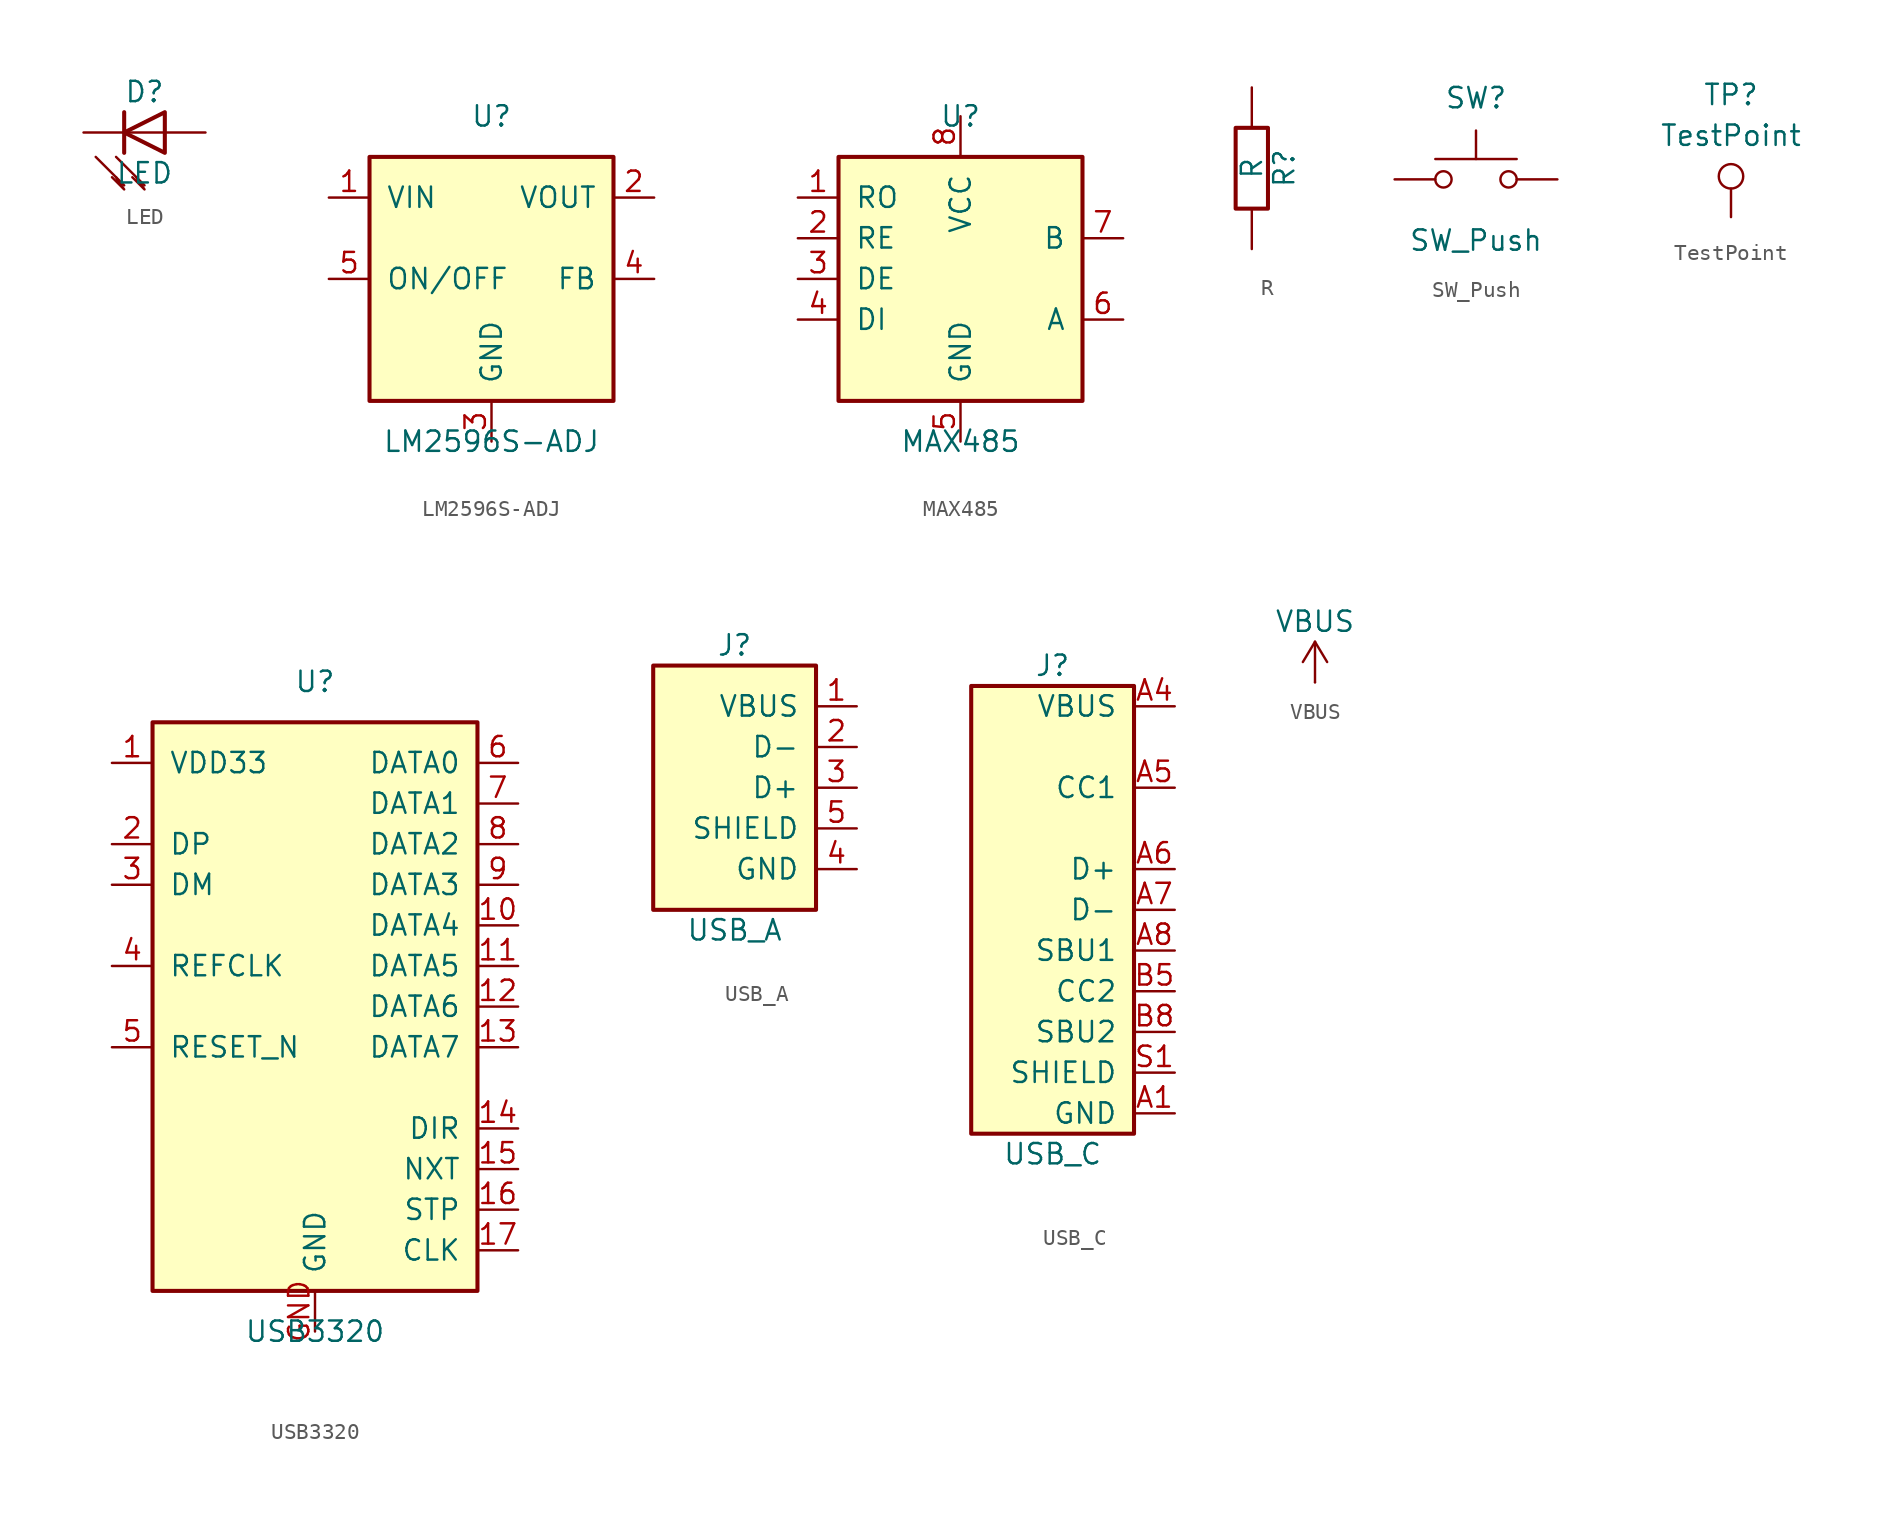
<source format=kicad_sym>
(kicad_symbol_lib
  (version 20231120)
  (generator "kicad_symbol_editor")
  (generator_version "8.0")
  (symbol "LED"
    (pin_numbers hide)
    (pin_names
      (offset 1.016) hide)
    (property "Reference" "D"
      (at 0 2.54 0)
      (effects (font (size 1.27 1.27))))
    (property "Value" "LED"
      (at 0 -2.54 0)
      (effects (font (size 1.27 1.27))))
    (symbol "LED_0_1"
      (polyline (pts (xy -1.27 -1.27) (xy -1.27 1.27)) (stroke (width 0.254) (type default)) (fill (type none)))
      (polyline (pts (xy -1.27 0) (xy 1.27 0)) (stroke (width 0) (type default)) (fill (type none)))
      (polyline (pts (xy 1.27 -1.27) (xy 1.27 1.27) (xy -1.27 0) (xy 1.27 -1.27)) (stroke (width 0.254) (type default)) (fill (type none)))
      (polyline (pts (xy -3.048 -1.524) (xy -1.27 -3.302)) (stroke (width 0) (type default)) (fill (type none)))
      (polyline (pts (xy -1.778 -1.524) (xy 0 -3.302)) (stroke (width 0) (type default)) (fill (type none)))
      (polyline (pts (xy -2.032 -2.794) (xy -1.27 -3.556) (xy -1.778 -2.794)) (stroke (width 0) (type default)) (fill (type none)))
      (polyline (pts (xy -0.762 -2.794) (xy 0 -3.556) (xy -0.508 -2.794)) (stroke (width 0) (type default)) (fill (type none))))
    (symbol "LED_1_1"
      (pin passive line (at -3.81 0 0) (length 2.54) (name "K" (effects (font (size 1.27 1.27)))) (number "1" (effects (font (size 1.27 1.27)))))
      (pin passive line (at 3.81 0 180) (length 2.54) (name "A" (effects (font (size 1.27 1.27)))) (number "2" (effects (font (size 1.27 1.27)))))))
  (symbol "LM2596S-ADJ"
    (pin_names
      (offset 1.016))
    (property "Reference" "U"
      (at 0 10.16 0)
      (effects (font (size 1.27 1.27))))
    (property "Value" "LM2596S-ADJ"
      (at 0 -10.16 0)
      (effects (font (size 1.27 1.27))))
    (symbol "LM2596S-ADJ_0_1"
      (rectangle (start -7.62 7.62) (end 7.62 -7.62) (stroke (width 0.254) (type default)) (fill (type background))))
    (symbol "LM2596S-ADJ_1_1"
      (pin power_in line (at -10.16 5.08 0) (length 2.54) (name "VIN" (effects (font (size 1.27 1.27)))) (number "1" (effects (font (size 1.27 1.27)))))
      (pin power_out line (at 10.16 5.08 180) (length 2.54) (name "VOUT" (effects (font (size 1.27 1.27)))) (number "2" (effects (font (size 1.27 1.27)))))
      (pin power_in line (at 0 -10.16 90) (length 2.54) (name "GND" (effects (font (size 1.27 1.27)))) (number "3" (effects (font (size 1.27 1.27)))))
      (pin input line (at 10.16 0 180) (length 2.54) (name "FB" (effects (font (size 1.27 1.27)))) (number "4" (effects (font (size 1.27 1.27)))))
      (pin input line (at -10.16 0 0) (length 2.54) (name "ON/OFF" (effects (font (size 1.27 1.27)))) (number "5" (effects (font (size 1.27 1.27)))))))
  (symbol "MAX485"
    (pin_names
      (offset 1.016))
    (property "Reference" "U"
      (at 0 10.16 0)
      (effects (font (size 1.27 1.27))))
    (property "Value" "MAX485"
      (at 0 -10.16 0)
      (effects (font (size 1.27 1.27))))
    (symbol "MAX485_0_1"
      (rectangle (start -7.62 7.62) (end 7.62 -7.62) (stroke (width 0.254) (type default)) (fill (type background))))
    (symbol "MAX485_1_1"
      (pin output line (at -10.16 5.08 0) (length 2.54) (name "RO" (effects (font (size 1.27 1.27)))) (number "1" (effects (font (size 1.27 1.27)))))
      (pin input line (at -10.16 2.54 0) (length 2.54) (name "RE" (effects (font (size 1.27 1.27)))) (number "2" (effects (font (size 1.27 1.27)))))
      (pin input line (at -10.16 0 0) (length 2.54) (name "DE" (effects (font (size 1.27 1.27)))) (number "3" (effects (font (size 1.27 1.27)))))
      (pin input line (at -10.16 -2.54 0) (length 2.54) (name "DI" (effects (font (size 1.27 1.27)))) (number "4" (effects (font (size 1.27 1.27)))))
      (pin power_in line (at 0 -10.16 90) (length 2.54) (name "GND" (effects (font (size 1.27 1.27)))) (number "5" (effects (font (size 1.27 1.27)))))
      (pin bidirectional line (at 10.16 -2.54 180) (length 2.54) (name "A" (effects (font (size 1.27 1.27)))) (number "6" (effects (font (size 1.27 1.27)))))
      (pin bidirectional line (at 10.16 2.54 180) (length 2.54) (name "B" (effects (font (size 1.27 1.27)))) (number "7" (effects (font (size 1.27 1.27)))))
      (pin power_in line (at 0 10.16 270) (length 2.54) (name "VCC" (effects (font (size 1.27 1.27)))) (number "8" (effects (font (size 1.27 1.27)))))))
  (symbol "R"
    (pin_numbers hide)
    (pin_names
      (offset 0))
    (property "Reference" "R"
      (at 2.032 0 90)
      (effects (font (size 1.27 1.27))))
    (property "Value" "R"
      (at 0 0 90)
      (effects (font (size 1.27 1.27))))
    (symbol "R_0_1"
      (rectangle (start -1.016 -2.54) (end 1.016 2.54) (stroke (width 0.254) (type default)) (fill (type none))))
    (symbol "R_1_1"
      (pin passive line (at 0 5.08 270) (length 2.54) (name "~" (effects (font (size 1.27 1.27)))) (number "1" (effects (font (size 1.27 1.27)))))
      (pin passive line (at 0 -5.08 90) (length 2.54) (name "~" (effects (font (size 1.27 1.27)))) (number "2" (effects (font (size 1.27 1.27)))))))
  (symbol "SW_Push"
    (pin_numbers hide)
    (pin_names
      (offset 1.016) hide)
    (property "Reference" "SW"
      (at 0 5.08 0)
      (effects (font (size 1.27 1.27))))
    (property "Value" "SW_Push"
      (at 0 -3.81 0)
      (effects (font (size 1.27 1.27))))
    (symbol "SW_Push_0_1"
      (circle (center -2.032 0) (radius 0.508) (stroke (width 0) (type default)) (fill (type none)))
      (circle (center 2.032 0) (radius 0.508) (stroke (width 0) (type default)) (fill (type none)))
      (polyline (pts (xy 0 1.27) (xy 0 3.048)) (stroke (width 0) (type default)) (fill (type none)))
      (polyline (pts (xy -2.54 1.27) (xy 2.54 1.27)) (stroke (width 0) (type default)) (fill (type none))))
    (symbol "SW_Push_1_1"
      (pin passive line (at -5.08 0 0) (length 2.54) (name "1" (effects (font (size 1.27 1.27)))) (number "1" (effects (font (size 1.27 1.27)))))
      (pin passive line (at 5.08 0 180) (length 2.54) (name "2" (effects (font (size 1.27 1.27)))) (number "2" (effects (font (size 1.27 1.27)))))))
  (symbol "TestPoint"
    (pin_numbers hide)
    (pin_names
      (offset 0.762) hide)
    (property "Reference" "TP"
      (at 0 5.08 0)
      (effects (font (size 1.27 1.27))))
    (property "Value" "TestPoint"
      (at 0 2.54 0)
      (effects (font (size 1.27 1.27))))
    (symbol "TestPoint_0_1"
      (circle (center 0 0) (radius 0.762) (stroke (width 0) (type default)) (fill (type none))))
    (symbol "TestPoint_1_1"
      (pin passive line (at 0 -2.54 90) (length 1.778) (name "1" (effects (font (size 1.27 1.27)))) (number "1" (effects (font (size 1.27 1.27)))))))
  (symbol "USB3320"
    (pin_names
      (offset 1.016))
    (property "Reference" "U"
      (at 0 20.32 0)
      (effects (font (size 1.27 1.27))))
    (property "Value" "USB3320"
      (at 0 -20.32 0)
      (effects (font (size 1.27 1.27))))
    (symbol "USB3320_0_1"
      (rectangle (start -10.16 17.78) (end 10.16 -17.78) (stroke (width 0.254) (type default)) (fill (type background))))
    (symbol "USB3320_1_1"
      (pin power_in line (at -12.7 15.24 0) (length 2.54) (name "VDD33" (effects (font (size 1.27 1.27)))) (number "1" (effects (font (size 1.27 1.27)))))
      (pin bidirectional line (at -12.7 10.16 0) (length 2.54) (name "DP" (effects (font (size 1.27 1.27)))) (number "2" (effects (font (size 1.27 1.27)))))
      (pin bidirectional line (at -12.7 7.62 0) (length 2.54) (name "DM" (effects (font (size 1.27 1.27)))) (number "3" (effects (font (size 1.27 1.27)))))
      (pin input line (at -12.7 2.54 0) (length 2.54) (name "REFCLK" (effects (font (size 1.27 1.27)))) (number "4" (effects (font (size 1.27 1.27)))))
      (pin input line (at -12.7 -2.54 0) (length 2.54) (name "RESET_N" (effects (font (size 1.27 1.27)))) (number "5" (effects (font (size 1.27 1.27)))))
      (pin bidirectional line (at 12.7 15.24 180) (length 2.54) (name "DATA0" (effects (font (size 1.27 1.27)))) (number "6" (effects (font (size 1.27 1.27)))))
      (pin bidirectional line (at 12.7 12.7 180) (length 2.54) (name "DATA1" (effects (font (size 1.27 1.27)))) (number "7" (effects (font (size 1.27 1.27)))))
      (pin bidirectional line (at 12.7 10.16 180) (length 2.54) (name "DATA2" (effects (font (size 1.27 1.27)))) (number "8" (effects (font (size 1.27 1.27)))))
      (pin bidirectional line (at 12.7 7.62 180) (length 2.54) (name "DATA3" (effects (font (size 1.27 1.27)))) (number "9" (effects (font (size 1.27 1.27)))))
      (pin bidirectional line (at 12.7 5.08 180) (length 2.54) (name "DATA4" (effects (font (size 1.27 1.27)))) (number "10" (effects (font (size 1.27 1.27)))))
      (pin bidirectional line (at 12.7 2.54 180) (length 2.54) (name "DATA5" (effects (font (size 1.27 1.27)))) (number "11" (effects (font (size 1.27 1.27)))))
      (pin bidirectional line (at 12.7 0 180) (length 2.54) (name "DATA6" (effects (font (size 1.27 1.27)))) (number "12" (effects (font (size 1.27 1.27)))))
      (pin bidirectional line (at 12.7 -2.54 180) (length 2.54) (name "DATA7" (effects (font (size 1.27 1.27)))) (number "13" (effects (font (size 1.27 1.27)))))
      (pin output line (at 12.7 -7.62 180) (length 2.54) (name "DIR" (effects (font (size 1.27 1.27)))) (number "14" (effects (font (size 1.27 1.27)))))
      (pin output line (at 12.7 -10.16 180) (length 2.54) (name "NXT" (effects (font (size 1.27 1.27)))) (number "15" (effects (font (size 1.27 1.27)))))
      (pin input line (at 12.7 -12.7 180) (length 2.54) (name "STP" (effects (font (size 1.27 1.27)))) (number "16" (effects (font (size 1.27 1.27)))))
      (pin output line (at 12.7 -15.24 180) (length 2.54) (name "CLK" (effects (font (size 1.27 1.27)))) (number "17" (effects (font (size 1.27 1.27)))))
      (pin power_in line (at 0 -20.32 90) (length 2.54) (name "GND" (effects (font (size 1.27 1.27)))) (number "GND" (effects (font (size 1.27 1.27)))))))
  (symbol "USB_A"
    (pin_names
      (offset 1.016))
    (property "Reference" "J"
      (at 0 8.89 0)
      (effects (font (size 1.27 1.27))))
    (property "Value" "USB_A"
      (at 0 -8.89 0)
      (effects (font (size 1.27 1.27))))
    (symbol "USB_A_0_1"
      (rectangle (start -5.08 7.62) (end 5.08 -7.62) (stroke (width 0.254) (type default)) (fill (type background))))
    (symbol "USB_A_1_1"
      (pin power_out line (at 7.62 5.08 180) (length 2.54) (name "VBUS" (effects (font (size 1.27 1.27)))) (number "1" (effects (font (size 1.27 1.27)))))
      (pin bidirectional line (at 7.62 2.54 180) (length 2.54) (name "D-" (effects (font (size 1.27 1.27)))) (number "2" (effects (font (size 1.27 1.27)))))
      (pin bidirectional line (at 7.62 0 180) (length 2.54) (name "D+" (effects (font (size 1.27 1.27)))) (number "3" (effects (font (size 1.27 1.27)))))
      (pin power_in line (at 7.62 -5.08 180) (length 2.54) (name "GND" (effects (font (size 1.27 1.27)))) (number "4" (effects (font (size 1.27 1.27)))))
      (pin passive line (at 7.62 -2.54 180) (length 2.54) (name "SHIELD" (effects (font (size 1.27 1.27)))) (number "5" (effects (font (size 1.27 1.27)))))))
  (symbol "USB_C"
    (pin_names
      (offset 1.016))
    (property "Reference" "J"
      (at 0 15.24 0)
      (effects (font (size 1.27 1.27))))
    (property "Value" "USB_C"
      (at 0 -15.24 0)
      (effects (font (size 1.27 1.27))))
    (symbol "USB_C_0_1"
      (rectangle (start -5.08 13.97) (end 5.08 -13.97) (stroke (width 0.254) (type default)) (fill (type background))))
    (symbol "USB_C_1_1"
      (pin power_out line (at 7.62 12.7 180) (length 2.54) (name "VBUS" (effects (font (size 1.27 1.27)))) (number "A4" (effects (font (size 1.27 1.27)))))
      (pin bidirectional line (at 7.62 7.62 180) (length 2.54) (name "CC1" (effects (font (size 1.27 1.27)))) (number "A5" (effects (font (size 1.27 1.27)))))
      (pin bidirectional line (at 7.62 2.54 180) (length 2.54) (name "D+" (effects (font (size 1.27 1.27)))) (number "A6" (effects (font (size 1.27 1.27)))))
      (pin bidirectional line (at 7.62 0 180) (length 2.54) (name "D-" (effects (font (size 1.27 1.27)))) (number "A7" (effects (font (size 1.27 1.27)))))
      (pin bidirectional line (at 7.62 -2.54 180) (length 2.54) (name "SBU1" (effects (font (size 1.27 1.27)))) (number "A8" (effects (font (size 1.27 1.27)))))
      (pin bidirectional line (at 7.62 -5.08 180) (length 2.54) (name "CC2" (effects (font (size 1.27 1.27)))) (number "B5" (effects (font (size 1.27 1.27)))))
      (pin bidirectional line (at 7.62 -7.62 180) (length 2.54) (name "SBU2" (effects (font (size 1.27 1.27)))) (number "B8" (effects (font (size 1.27 1.27)))))
      (pin power_in line (at 7.62 -12.7 180) (length 2.54) (name "GND" (effects (font (size 1.27 1.27)))) (number "A1" (effects (font (size 1.27 1.27)))))
      (pin passive line (at 7.62 -10.16 180) (length 2.54) (name "SHIELD" (effects (font (size 1.27 1.27)))) (number "S1" (effects (font (size 1.27 1.27)))))))
  (symbol "VBUS"
    (power)
    (pin_numbers hide)
    (pin_names
      (offset 0) hide)
    (property "Reference" "#PWR"
      (at 0 -3.81 0)
      (effects (font (size 1.27 1.27)) hide))
    (property "Value" "VBUS"
      (at 0 3.81 0)
      (effects (font (size 1.27 1.27))))
    (symbol "VBUS_0_1"
      (polyline (pts (xy -0.762 1.27) (xy 0 2.54)) (stroke (width 0) (type default)) (fill (type none)))
      (polyline (pts (xy 0 0) (xy 0 2.54)) (stroke (width 0) (type default)) (fill (type none)))
      (polyline (pts (xy 0 2.54) (xy 0.762 1.27)) (stroke (width 0) (type default)) (fill (type none))))
    (symbol "VBUS_1_1"
      (pin power_in line (at 0 0 90) (length 0) (name "~" (effects (font (size 1.27 1.27)))) (number "1" (effects (font (size 1.27 1.27))))))))
</source>
